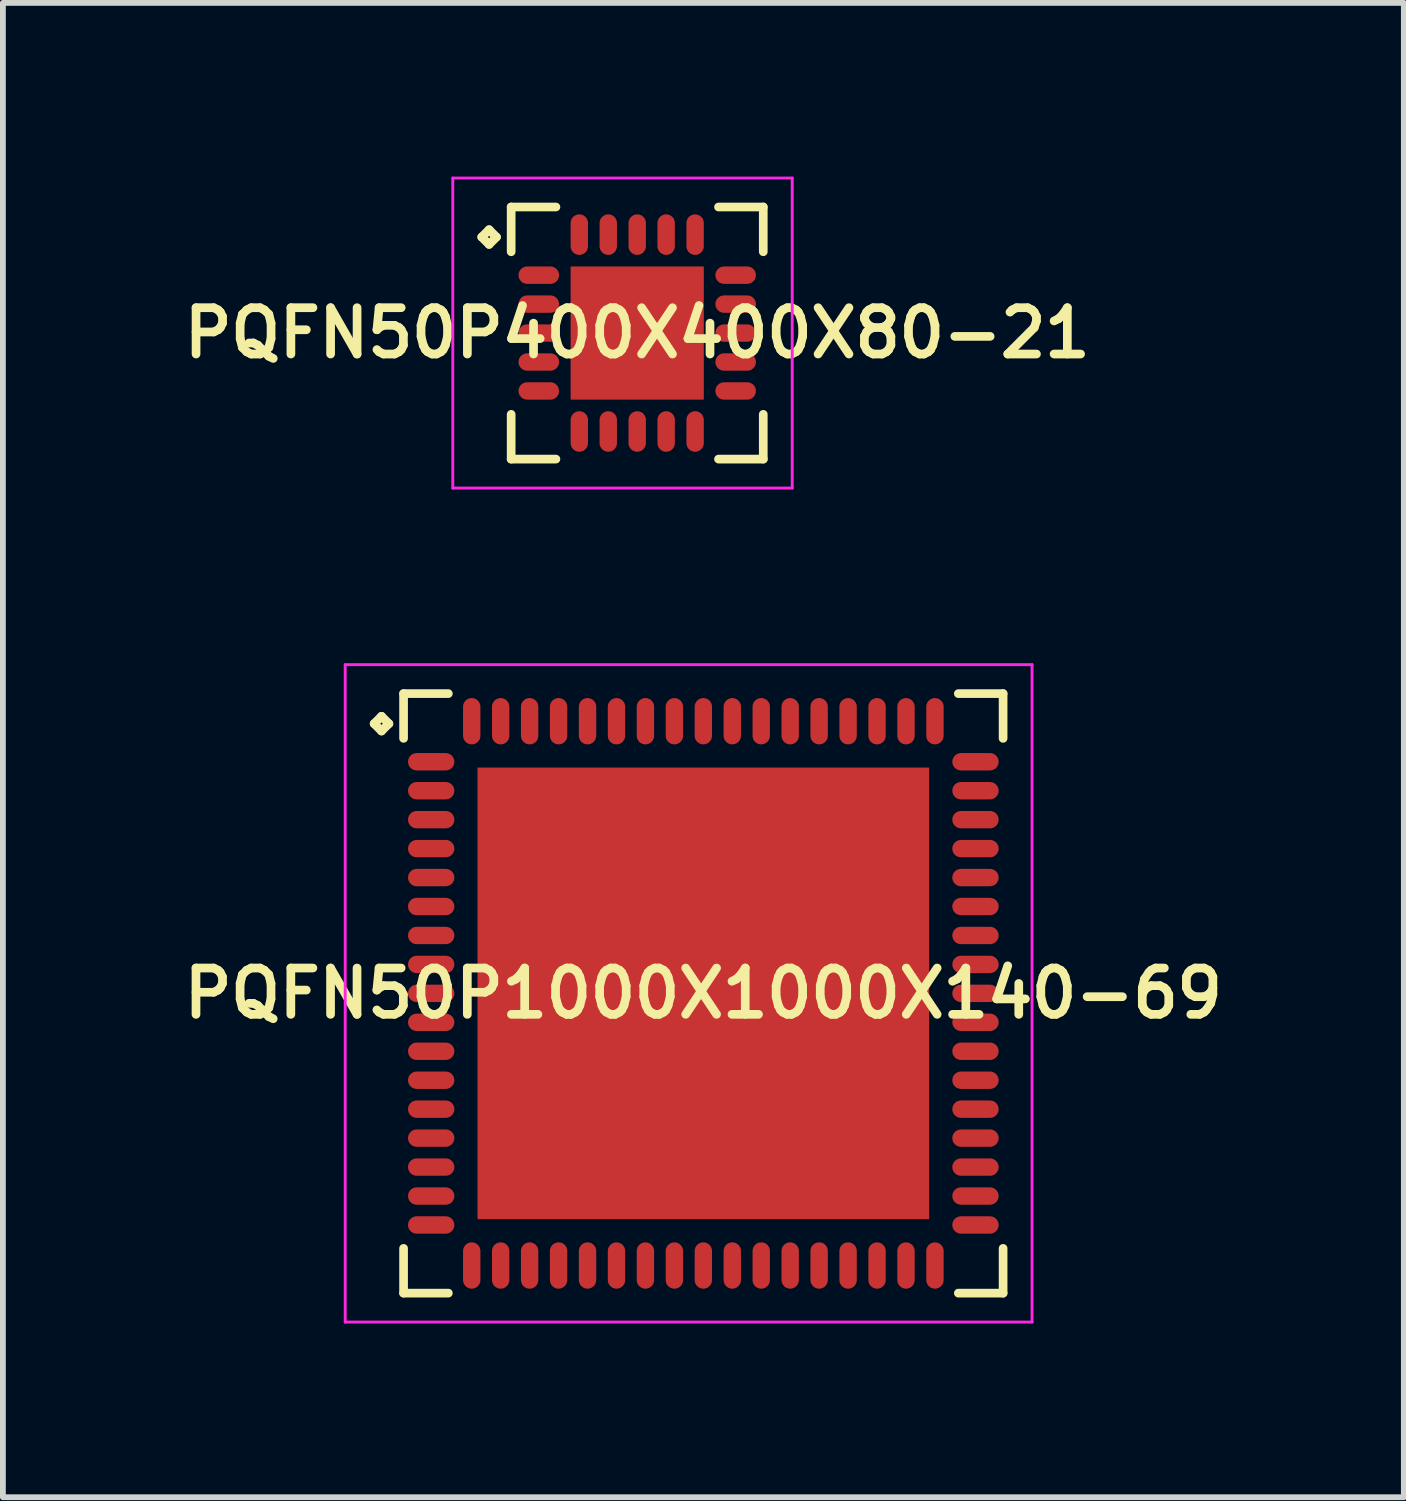
<source format=kicad_pcb>
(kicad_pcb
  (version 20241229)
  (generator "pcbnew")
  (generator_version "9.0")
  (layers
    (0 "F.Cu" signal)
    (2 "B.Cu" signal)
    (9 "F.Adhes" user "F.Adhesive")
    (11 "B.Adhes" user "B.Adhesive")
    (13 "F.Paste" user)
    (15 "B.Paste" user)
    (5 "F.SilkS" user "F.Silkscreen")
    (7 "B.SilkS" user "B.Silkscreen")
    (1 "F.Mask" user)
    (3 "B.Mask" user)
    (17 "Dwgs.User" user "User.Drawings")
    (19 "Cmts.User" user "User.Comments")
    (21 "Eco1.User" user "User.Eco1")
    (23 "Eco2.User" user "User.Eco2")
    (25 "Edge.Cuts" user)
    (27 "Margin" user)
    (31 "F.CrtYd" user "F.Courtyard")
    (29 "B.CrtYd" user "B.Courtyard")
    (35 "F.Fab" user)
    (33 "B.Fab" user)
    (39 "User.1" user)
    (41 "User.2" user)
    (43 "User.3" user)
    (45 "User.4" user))
  (footprint "PQFN50P400X400X80-21"
    (layer "F.Cu")
    (at 7.955 2.702)
    (property "Reference" "PQFN50P400X400X80-21" (at 0 0 0) (layer "F.SilkS") (effects (font (size 0.8 0.8) (thickness 0.15))))
    (attr smd)
    (fp_line (start -2.685 -1.658) (end -2.558 -1.785) (stroke (width 0.15) (type solid)) (layer "F.SilkS"))
    (fp_line (start -2.558 -1.785) (end -2.431 -1.658) (stroke (width 0.15) (type solid)) (layer "F.SilkS"))
    (fp_line (start -2.558 -1.531) (end -2.685 -1.658) (stroke (width 0.15) (type solid)) (layer "F.SilkS"))
    (fp_line (start -2.431 -1.658) (end -2.558 -1.531) (stroke (width 0.15) (type solid)) (layer "F.SilkS"))
    (fp_line (start -2.177 -2.177) (end -1.404 -2.177) (stroke (width 0.15) (type solid)) (layer "F.SilkS"))
    (fp_line (start -2.177 -1.404) (end -2.177 -2.177) (stroke (width 0.15) (type solid)) (layer "F.SilkS"))
    (fp_line (start -2.177 1.404) (end -2.177 2.177) (stroke (width 0.15) (type solid)) (layer "F.SilkS"))
    (fp_line (start -2.177 2.177) (end -1.404 2.177) (stroke (width 0.15) (type solid)) (layer "F.SilkS"))
    (fp_line (start 1.404 -2.177) (end 2.177 -2.177) (stroke (width 0.15) (type solid)) (layer "F.SilkS"))
    (fp_line (start 1.404 2.177) (end 2.177 2.177) (stroke (width 0.15) (type solid)) (layer "F.SilkS"))
    (fp_line (start 2.177 -2.177) (end 2.177 -1.404) (stroke (width 0.15) (type solid)) (layer "F.SilkS"))
    (fp_line (start 2.177 2.177) (end 2.177 1.404) (stroke (width 0.15) (type solid)) (layer "F.SilkS"))
    (fp_line (start -3.185 -2.677) (end 2.677 -2.677) (stroke (width 0.05) (type solid)) (layer "F.CrtYd"))
    (fp_line (start -3.185 2.677) (end -3.185 -2.677) (stroke (width 0.05) (type solid)) (layer "F.CrtYd"))
    (fp_line (start 2.677 -2.677) (end 2.677 2.677) (stroke (width 0.05) (type solid)) (layer "F.CrtYd"))
    (fp_line (start 2.677 2.677) (end -3.185 2.677) (stroke (width 0.05) (type solid)) (layer "F.CrtYd"))
    (pad "1" smd oval (at -1.7 -1) (size 0.7 0.3) (layers "F.Cu" "F.Mask" "F.Paste"))
    (pad "2" smd oval (at -1.7 -0.5) (size 0.7 0.3) (layers "F.Cu" "F.Mask" "F.Paste"))
    (pad "3" smd oval (at -1.7 0) (size 0.7 0.3) (layers "F.Cu" "F.Mask" "F.Paste"))
    (pad "4" smd oval (at -1.7 0.5) (size 0.7 0.3) (layers "F.Cu" "F.Mask" "F.Paste"))
    (pad "5" smd oval (at -1.7 1) (size 0.7 0.3) (layers "F.Cu" "F.Mask" "F.Paste"))
    (pad "6" smd oval (at -1 1.7) (size 0.3 0.7) (layers "F.Cu" "F.Mask" "F.Paste"))
    (pad "7" smd oval (at -0.5 1.7) (size 0.3 0.7) (layers "F.Cu" "F.Mask" "F.Paste"))
    (pad "8" smd oval (at 0 1.7) (size 0.3 0.7) (layers "F.Cu" "F.Mask" "F.Paste"))
    (pad "9" smd oval (at 0.5 1.7) (size 0.3 0.7) (layers "F.Cu" "F.Mask" "F.Paste"))
    (pad "10" smd oval (at 1 1.7) (size 0.3 0.7) (layers "F.Cu" "F.Mask" "F.Paste"))
    (pad "11" smd oval (at 1.7 1) (size 0.7 0.3) (layers "F.Cu" "F.Mask" "F.Paste"))
    (pad "12" smd oval (at 1.7 0.5) (size 0.7 0.3) (layers "F.Cu" "F.Mask" "F.Paste"))
    (pad "13" smd oval (at 1.7 0) (size 0.7 0.3) (layers "F.Cu" "F.Mask" "F.Paste"))
    (pad "14" smd oval (at 1.7 -0.5) (size 0.7 0.3) (layers "F.Cu" "F.Mask" "F.Paste"))
    (pad "15" smd oval (at 1.7 -1) (size 0.7 0.3) (layers "F.Cu" "F.Mask" "F.Paste"))
    (pad "16" smd oval (at 1 -1.7) (size 0.3 0.7) (layers "F.Cu" "F.Mask" "F.Paste"))
    (pad "17" smd oval (at 0.5 -1.7) (size 0.3 0.7) (layers "F.Cu" "F.Mask" "F.Paste"))
    (pad "18" smd oval (at 0 -1.7) (size 0.3 0.7) (layers "F.Cu" "F.Mask" "F.Paste"))
    (pad "19" smd oval (at -0.5 -1.7) (size 0.3 0.7) (layers "F.Cu" "F.Mask" "F.Paste"))
    (pad "20" smd oval (at -1 -1.7) (size 0.3 0.7) (layers "F.Cu" "F.Mask" "F.Paste"))
    (pad "21" smd rect (at 0 0) (size 2.3 2.3) (layers "F.Cu" "F.Mask" "F.Paste")))
  (footprint "PQFN50P1000X1000X140-69"
    (layer "F.Cu")
    (at 9.097 14.106)
    (property "Reference" "PQFN50P1000X1000X140-69" (at 0 0 0) (layer "F.SilkS") (effects (font (size 0.8 0.8) (thickness 0.15))))
    (attr smd)
    (fp_line (start -5.685 -4.658) (end -5.558 -4.785) (stroke (width 0.15) (type solid)) (layer "F.SilkS"))
    (fp_line (start -5.558 -4.785) (end -5.431 -4.658) (stroke (width 0.15) (type solid)) (layer "F.SilkS"))
    (fp_line (start -5.558 -4.531) (end -5.685 -4.658) (stroke (width 0.15) (type solid)) (layer "F.SilkS"))
    (fp_line (start -5.431 -4.658) (end -5.558 -4.531) (stroke (width 0.15) (type solid)) (layer "F.SilkS"))
    (fp_line (start -5.177 -5.177) (end -4.404 -5.177) (stroke (width 0.15) (type solid)) (layer "F.SilkS"))
    (fp_line (start -5.177 -4.404) (end -5.177 -5.177) (stroke (width 0.15) (type solid)) (layer "F.SilkS"))
    (fp_line (start -5.177 4.404) (end -5.177 5.177) (stroke (width 0.15) (type solid)) (layer "F.SilkS"))
    (fp_line (start -5.177 5.177) (end -4.404 5.177) (stroke (width 0.15) (type solid)) (layer "F.SilkS"))
    (fp_line (start 4.404 -5.177) (end 5.177 -5.177) (stroke (width 0.15) (type solid)) (layer "F.SilkS"))
    (fp_line (start 4.404 5.177) (end 5.177 5.177) (stroke (width 0.15) (type solid)) (layer "F.SilkS"))
    (fp_line (start 5.177 -5.177) (end 5.177 -4.404) (stroke (width 0.15) (type solid)) (layer "F.SilkS"))
    (fp_line (start 5.177 5.177) (end 5.177 4.404) (stroke (width 0.15) (type solid)) (layer "F.SilkS"))
    (fp_line (start -6.185 -5.677) (end 5.677 -5.677) (stroke (width 0.05) (type solid)) (layer "F.CrtYd"))
    (fp_line (start -6.185 5.677) (end -6.185 -5.677) (stroke (width 0.05) (type solid)) (layer "F.CrtYd"))
    (fp_line (start 5.677 -5.677) (end 5.677 5.677) (stroke (width 0.05) (type solid)) (layer "F.CrtYd"))
    (fp_line (start 5.677 5.677) (end -6.185 5.677) (stroke (width 0.05) (type solid)) (layer "F.CrtYd"))
    (pad "1" smd oval (at -4.7 -4) (size 0.8 0.3) (layers "F.Cu" "F.Mask" "F.Paste"))
    (pad "2" smd oval (at -4.7 -3.5) (size 0.8 0.3) (layers "F.Cu" "F.Mask" "F.Paste"))
    (pad "3" smd oval (at -4.7 -3) (size 0.8 0.3) (layers "F.Cu" "F.Mask" "F.Paste"))
    (pad "4" smd oval (at -4.7 -2.5) (size 0.8 0.3) (layers "F.Cu" "F.Mask" "F.Paste"))
    (pad "5" smd oval (at -4.7 -2) (size 0.8 0.3) (layers "F.Cu" "F.Mask" "F.Paste"))
    (pad "6" smd oval (at -4.7 -1.5) (size 0.8 0.3) (layers "F.Cu" "F.Mask" "F.Paste"))
    (pad "7" smd oval (at -4.7 -1) (size 0.8 0.3) (layers "F.Cu" "F.Mask" "F.Paste"))
    (pad "8" smd oval (at -4.7 -0.5) (size 0.8 0.3) (layers "F.Cu" "F.Mask" "F.Paste"))
    (pad "9" smd oval (at -4.7 0) (size 0.8 0.3) (layers "F.Cu" "F.Mask" "F.Paste"))
    (pad "10" smd oval (at -4.7 0.5) (size 0.8 0.3) (layers "F.Cu" "F.Mask" "F.Paste"))
    (pad "11" smd oval (at -4.7 1) (size 0.8 0.3) (layers "F.Cu" "F.Mask" "F.Paste"))
    (pad "12" smd oval (at -4.7 1.5) (size 0.8 0.3) (layers "F.Cu" "F.Mask" "F.Paste"))
    (pad "13" smd oval (at -4.7 2) (size 0.8 0.3) (layers "F.Cu" "F.Mask" "F.Paste"))
    (pad "14" smd oval (at -4.7 2.5) (size 0.8 0.3) (layers "F.Cu" "F.Mask" "F.Paste"))
    (pad "15" smd oval (at -4.7 3) (size 0.8 0.3) (layers "F.Cu" "F.Mask" "F.Paste"))
    (pad "16" smd oval (at -4.7 3.5) (size 0.8 0.3) (layers "F.Cu" "F.Mask" "F.Paste"))
    (pad "17" smd oval (at -4.7 4) (size 0.8 0.3) (layers "F.Cu" "F.Mask" "F.Paste"))
    (pad "18" smd oval (at -4 4.7) (size 0.3 0.8) (layers "F.Cu" "F.Mask" "F.Paste"))
    (pad "19" smd oval (at -3.5 4.7) (size 0.3 0.8) (layers "F.Cu" "F.Mask" "F.Paste"))
    (pad "20" smd oval (at -3 4.7) (size 0.3 0.8) (layers "F.Cu" "F.Mask" "F.Paste"))
    (pad "21" smd oval (at -2.5 4.7) (size 0.3 0.8) (layers "F.Cu" "F.Mask" "F.Paste"))
    (pad "22" smd oval (at -2 4.7) (size 0.3 0.8) (layers "F.Cu" "F.Mask" "F.Paste"))
    (pad "23" smd oval (at -1.5 4.7) (size 0.3 0.8) (layers "F.Cu" "F.Mask" "F.Paste"))
    (pad "24" smd oval (at -1 4.7) (size 0.3 0.8) (layers "F.Cu" "F.Mask" "F.Paste"))
    (pad "25" smd oval (at -0.5 4.7) (size 0.3 0.8) (layers "F.Cu" "F.Mask" "F.Paste"))
    (pad "26" smd oval (at 0 4.7) (size 0.3 0.8) (layers "F.Cu" "F.Mask" "F.Paste"))
    (pad "27" smd oval (at 0.5 4.7) (size 0.3 0.8) (layers "F.Cu" "F.Mask" "F.Paste"))
    (pad "28" smd oval (at 1 4.7) (size 0.3 0.8) (layers "F.Cu" "F.Mask" "F.Paste"))
    (pad "29" smd oval (at 1.5 4.7) (size 0.3 0.8) (layers "F.Cu" "F.Mask" "F.Paste"))
    (pad "30" smd oval (at 2 4.7) (size 0.3 0.8) (layers "F.Cu" "F.Mask" "F.Paste"))
    (pad "31" smd oval (at 2.5 4.7) (size 0.3 0.8) (layers "F.Cu" "F.Mask" "F.Paste"))
    (pad "32" smd oval (at 3 4.7) (size 0.3 0.8) (layers "F.Cu" "F.Mask" "F.Paste"))
    (pad "33" smd oval (at 3.5 4.7) (size 0.3 0.8) (layers "F.Cu" "F.Mask" "F.Paste"))
    (pad "34" smd oval (at 4 4.7) (size 0.3 0.8) (layers "F.Cu" "F.Mask" "F.Paste"))
    (pad "35" smd oval (at 4.7 4) (size 0.8 0.3) (layers "F.Cu" "F.Mask" "F.Paste"))
    (pad "36" smd oval (at 4.7 3.5) (size 0.8 0.3) (layers "F.Cu" "F.Mask" "F.Paste"))
    (pad "37" smd oval (at 4.7 3) (size 0.8 0.3) (layers "F.Cu" "F.Mask" "F.Paste"))
    (pad "38" smd oval (at 4.7 2.5) (size 0.8 0.3) (layers "F.Cu" "F.Mask" "F.Paste"))
    (pad "39" smd oval (at 4.7 2) (size 0.8 0.3) (layers "F.Cu" "F.Mask" "F.Paste"))
    (pad "40" smd oval (at 4.7 1.5) (size 0.8 0.3) (layers "F.Cu" "F.Mask" "F.Paste"))
    (pad "41" smd oval (at 4.7 1) (size 0.8 0.3) (layers "F.Cu" "F.Mask" "F.Paste"))
    (pad "42" smd oval (at 4.7 0.5) (size 0.8 0.3) (layers "F.Cu" "F.Mask" "F.Paste"))
    (pad "43" smd oval (at 4.7 0) (size 0.8 0.3) (layers "F.Cu" "F.Mask" "F.Paste"))
    (pad "44" smd oval (at 4.7 -0.5) (size 0.8 0.3) (layers "F.Cu" "F.Mask" "F.Paste"))
    (pad "45" smd oval (at 4.7 -1) (size 0.8 0.3) (layers "F.Cu" "F.Mask" "F.Paste"))
    (pad "46" smd oval (at 4.7 -1.5) (size 0.8 0.3) (layers "F.Cu" "F.Mask" "F.Paste"))
    (pad "47" smd oval (at 4.7 -2) (size 0.8 0.3) (layers "F.Cu" "F.Mask" "F.Paste"))
    (pad "48" smd oval (at 4.7 -2.5) (size 0.8 0.3) (layers "F.Cu" "F.Mask" "F.Paste"))
    (pad "49" smd oval (at 4.7 -3) (size 0.8 0.3) (layers "F.Cu" "F.Mask" "F.Paste"))
    (pad "50" smd oval (at 4.7 -3.5) (size 0.8 0.3) (layers "F.Cu" "F.Mask" "F.Paste"))
    (pad "51" smd oval (at 4.7 -4) (size 0.8 0.3) (layers "F.Cu" "F.Mask" "F.Paste"))
    (pad "52" smd oval (at 4 -4.7) (size 0.3 0.8) (layers "F.Cu" "F.Mask" "F.Paste"))
    (pad "53" smd oval (at 3.5 -4.7) (size 0.3 0.8) (layers "F.Cu" "F.Mask" "F.Paste"))
    (pad "54" smd oval (at 3 -4.7) (size 0.3 0.8) (layers "F.Cu" "F.Mask" "F.Paste"))
    (pad "55" smd oval (at 2.5 -4.7) (size 0.3 0.8) (layers "F.Cu" "F.Mask" "F.Paste"))
    (pad "56" smd oval (at 2 -4.7) (size 0.3 0.8) (layers "F.Cu" "F.Mask" "F.Paste"))
    (pad "57" smd oval (at 1.5 -4.7) (size 0.3 0.8) (layers "F.Cu" "F.Mask" "F.Paste"))
    (pad "58" smd oval (at 1 -4.7) (size 0.3 0.8) (layers "F.Cu" "F.Mask" "F.Paste"))
    (pad "59" smd oval (at 0.5 -4.7) (size 0.3 0.8) (layers "F.Cu" "F.Mask" "F.Paste"))
    (pad "60" smd oval (at 0 -4.7) (size 0.3 0.8) (layers "F.Cu" "F.Mask" "F.Paste"))
    (pad "61" smd oval (at -0.5 -4.7) (size 0.3 0.8) (layers "F.Cu" "F.Mask" "F.Paste"))
    (pad "62" smd oval (at -1 -4.7) (size 0.3 0.8) (layers "F.Cu" "F.Mask" "F.Paste"))
    (pad "63" smd oval (at -1.5 -4.7) (size 0.3 0.8) (layers "F.Cu" "F.Mask" "F.Paste"))
    (pad "64" smd oval (at -2 -4.7) (size 0.3 0.8) (layers "F.Cu" "F.Mask" "F.Paste"))
    (pad "65" smd oval (at -2.5 -4.7) (size 0.3 0.8) (layers "F.Cu" "F.Mask" "F.Paste"))
    (pad "66" smd oval (at -3 -4.7) (size 0.3 0.8) (layers "F.Cu" "F.Mask" "F.Paste"))
    (pad "67" smd oval (at -3.5 -4.7) (size 0.3 0.8) (layers "F.Cu" "F.Mask" "F.Paste"))
    (pad "68" smd oval (at -4 -4.7) (size 0.3 0.8) (layers "F.Cu" "F.Mask" "F.Paste"))
    (pad "69" smd rect (at 0 0) (size 7.8 7.8) (layers "F.Cu" "F.Mask" "F.Paste")))
  (gr_rect
    (start -3 -3)
    (end 21.195 22.808)
    (stroke (width 0.1) (type default))
    (fill no)
    (layer "Edge.Cuts")))
</source>
